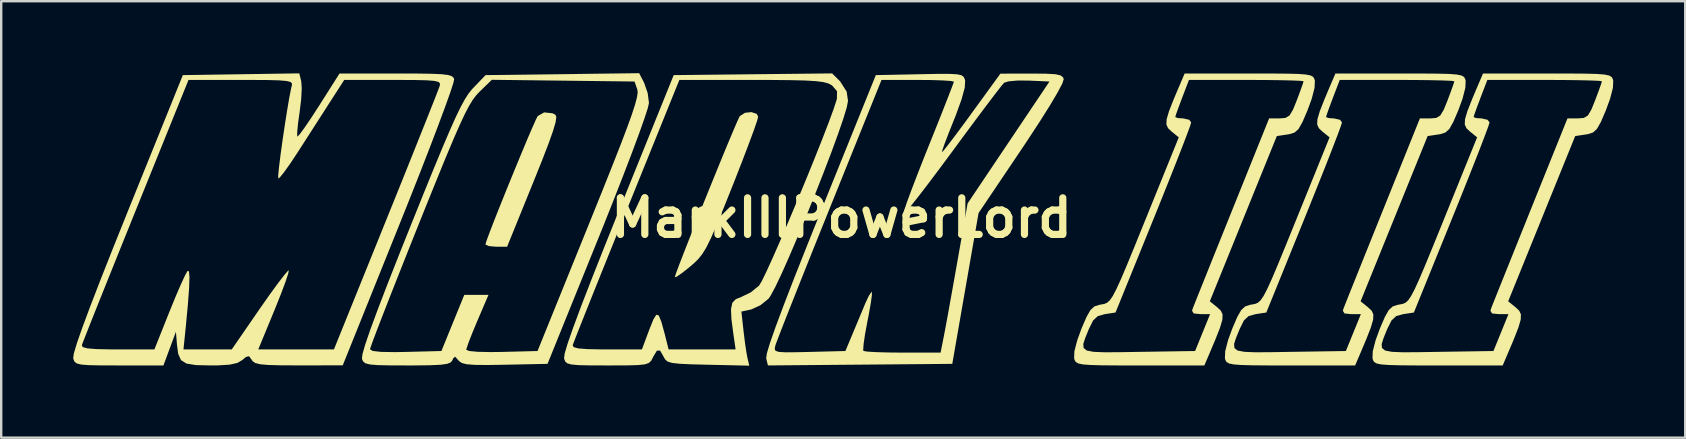
<source format=kicad_pcb>
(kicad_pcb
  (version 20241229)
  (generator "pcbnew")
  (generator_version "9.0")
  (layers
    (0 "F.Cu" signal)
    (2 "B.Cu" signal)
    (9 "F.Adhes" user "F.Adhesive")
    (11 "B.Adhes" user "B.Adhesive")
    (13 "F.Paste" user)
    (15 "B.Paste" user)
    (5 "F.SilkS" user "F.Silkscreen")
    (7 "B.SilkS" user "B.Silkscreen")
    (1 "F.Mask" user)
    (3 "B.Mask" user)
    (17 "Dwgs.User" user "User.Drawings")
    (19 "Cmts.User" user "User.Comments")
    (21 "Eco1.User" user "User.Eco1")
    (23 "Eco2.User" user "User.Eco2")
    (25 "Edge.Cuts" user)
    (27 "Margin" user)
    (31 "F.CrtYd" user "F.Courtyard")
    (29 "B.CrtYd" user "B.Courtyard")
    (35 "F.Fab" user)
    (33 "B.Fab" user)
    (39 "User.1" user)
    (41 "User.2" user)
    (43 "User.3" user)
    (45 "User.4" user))
  (footprint "MarkIIIPowerLord"
    (layer "F.Cu")
    (at 32.02 6.029)
    (property "Reference" "MarkIIIPowerLord" (at 0 0 0) (layer "F.SilkS") (effects (font (size 1.524 1.524) (thickness 0.3))))
    (attr board_only exclude_from_pos_files exclude_from_bom)
    (fp_poly (pts (xy -12.051 -4.36) (xy -11.924 -4.297) (xy -11.887 -4.202) (xy -11.918 -3.986) (xy -12.024 -3.624) (xy -12.213 -3.092) (xy -12.495 -2.362) (xy -12.845 -1.492) (xy -13.939 1.203) (xy -14.389 1.203) (xy -14.692 1.177) (xy -14.839 1.113) (xy -14.841 1.103) (xy -14.793 0.944) (xy -14.66 0.584) (xy -14.46 0.068) (xy -14.211 -0.559) (xy -13.932 -1.252) (xy -13.641 -1.964) (xy -13.357 -2.652) (xy -13.099 -3.27) (xy -12.883 -3.772) (xy -12.73 -4.113) (xy -12.662 -4.244) (xy -12.397 -4.395)) (stroke (width 0) (type solid)) (fill yes) (layer "F.SilkS"))
    (fp_poly (pts (xy -3.537 -4.333) (xy -3.476 -4.215) (xy -3.524 -4.037) (xy -3.657 -3.651) (xy -3.863 -3.094) (xy -4.126 -2.405) (xy -4.431 -1.622) (xy -4.574 -1.262) (xy -4.936 -0.359) (xy -5.22 0.332) (xy -5.446 0.848) (xy -5.633 1.225) (xy -5.801 1.501) (xy -5.97 1.713) (xy -6.158 1.897) (xy -6.312 2.03) (xy -6.642 2.292) (xy -6.872 2.451) (xy -6.952 2.473) (xy -6.903 2.318) (xy -6.769 1.955) (xy -6.564 1.426) (xy -6.306 0.771) (xy -6.011 0.028) (xy -5.694 -0.76) (xy -5.372 -1.555) (xy -5.061 -2.317) (xy -4.778 -3.004) (xy -4.538 -3.577) (xy -4.358 -3.996) (xy -4.253 -4.221) (xy -4.239 -4.244) (xy -4.027 -4.379) (xy -3.755 -4.407)) (stroke (width 0) (type solid)) (fill yes) (layer "F.SilkS"))
    (fp_poly (pts (xy -8.228 -5.628) (xy -8.08 -5.198) (xy -8.027 -4.786) (xy -8.078 -4.566) (xy -8.222 -4.125) (xy -8.447 -3.491) (xy -8.745 -2.69) (xy -9.106 -1.749) (xy -9.518 -0.695) (xy -9.973 0.446) (xy -10.144 0.869) (xy -12.254 6.083) (xy -14.03 6.12) (xy -14.766 6.131) (xy -15.28 6.126) (xy -15.617 6.1) (xy -15.822 6.049) (xy -15.941 5.968) (xy -15.97 5.934) (xy -16.105 5.783) (xy -16.186 5.855) (xy -16.217 5.93) (xy -16.285 6.02) (xy -16.436 6.082) (xy -16.712 6.121) (xy -17.155 6.141) (xy -17.809 6.149) (xy -18.101 6.149) (xy -18.827 6.147) (xy -19.33 6.136) (xy -19.653 6.109) (xy -19.842 6.06) (xy -19.939 5.983) (xy -19.988 5.874) (xy -19.969 5.688) (xy -19.908 5.475) (xy -19.652 5.475) (xy -19.541 5.545) (xy -19.198 5.584) (xy -18.611 5.594) (xy -18.164 5.586) (xy -16.676 5.548) (xy -16.2 4.378) (xy -15.723 3.208) (xy -14.715 3.208) (xy -15.178 4.29) (xy -15.386 4.789) (xy -15.546 5.198) (xy -15.632 5.453) (xy -15.641 5.497) (xy -15.515 5.548) (xy -15.164 5.581) (xy -14.63 5.592) (xy -14.156 5.586) (xy -12.671 5.548) (xy -10.533 0.267) (xy -9.999 -1.057) (xy -9.56 -2.156) (xy -9.208 -3.052) (xy -8.937 -3.765) (xy -8.738 -4.317) (xy -8.604 -4.73) (xy -8.527 -5.025) (xy -8.498 -5.223) (xy -8.511 -5.346) (xy -8.512 -5.347) (xy -8.629 -5.682) (xy -11.603 -5.718) (xy -14.576 -5.754) (xy -15.094 -5.25) (xy -15.235 -5.099) (xy -15.376 -4.909) (xy -15.53 -4.655) (xy -15.708 -4.313) (xy -15.92 -3.859) (xy -16.179 -3.267) (xy -16.496 -2.513) (xy -16.881 -1.572) (xy -17.347 -0.42) (xy -17.632 0.29) (xy -18.07 1.387) (xy -18.476 2.409) (xy -18.839 3.329) (xy -19.147 4.119) (xy -19.392 4.754) (xy -19.561 5.204) (xy -19.644 5.444) (xy -19.652 5.475) (xy -19.908 5.475) (xy -19.856 5.292) (xy -19.648 4.682) (xy -19.341 3.849) (xy -18.934 2.789) (xy -18.425 1.494) (xy -17.971 0.36) (xy -17.443 -0.953) (xy -17 -2.04) (xy -16.633 -2.925) (xy -16.331 -3.634) (xy -16.083 -4.189) (xy -15.877 -4.614) (xy -15.704 -4.933) (xy -15.552 -5.171) (xy -15.41 -5.35) (xy -15.351 -5.414) (xy -14.836 -5.949) (xy -11.636 -5.989) (xy -8.436 -6.029)) (stroke (width 0) (type solid)) (fill yes) (layer "F.SilkS"))
    (fp_poly (pts (xy -0.063 -5.69) (xy 0.211 -5.261) (xy 0.267 -4.875) (xy 0.216 -4.607) (xy 0.072 -4.134) (xy -0.148 -3.495) (xy -0.428 -2.729) (xy -0.754 -1.875) (xy -1.109 -0.973) (xy -1.477 -0.063) (xy -1.843 0.818) (xy -2.19 1.63) (xy -2.503 2.332) (xy -2.767 2.887) (xy -2.965 3.254) (xy -3.046 3.369) (xy -3.387 3.643) (xy -3.758 3.813) (xy -3.778 3.818) (xy -4.176 3.905) (xy -4.085 4.726) (xy -4.024 5.22) (xy -3.96 5.644) (xy -3.92 5.853) (xy -3.846 6.158) (xy -5.566 6.12) (xy -6.273 6.102) (xy -6.759 6.079) (xy -7.071 6.043) (xy -7.255 5.984) (xy -7.357 5.895) (xy -7.418 5.782) (xy -7.564 5.53) (xy -7.696 5.532) (xy -7.852 5.791) (xy -7.863 5.815) (xy -7.933 5.952) (xy -8.029 6.045) (xy -8.197 6.103) (xy -8.483 6.134) (xy -8.934 6.147) (xy -9.597 6.149) (xy -9.754 6.149) (xy -10.463 6.148) (xy -10.95 6.137) (xy -11.259 6.11) (xy -11.434 6.06) (xy -11.521 5.979) (xy -11.564 5.859) (xy -11.566 5.849) (xy -11.539 5.649) (xy -11.438 5.308) (xy -11.206 5.308) (xy -11.164 5.387) (xy -10.969 5.44) (xy -10.586 5.469) (xy -9.98 5.481) (xy -9.785 5.481) (xy -8.321 5.481) (xy -8.013 4.656) (xy -7.845 4.235) (xy -7.722 4.035) (xy -7.617 4.067) (xy -7.507 4.339) (xy -7.365 4.861) (xy -7.352 4.913) (xy -7.209 5.481) (xy -4.417 5.481) (xy -4.509 4.846) (xy -4.591 4.217) (xy -4.609 3.798) (xy -4.553 3.539) (xy -4.412 3.389) (xy -4.187 3.298) (xy -3.791 3.108) (xy -3.44 2.824) (xy -3.324 2.63) (xy -3.127 2.225) (xy -2.864 1.648) (xy -2.552 0.939) (xy -2.207 0.135) (xy -1.845 -0.725) (xy -1.482 -1.601) (xy -1.134 -2.457) (xy -0.818 -3.251) (xy -0.549 -3.947) (xy -0.343 -4.506) (xy -0.217 -4.888) (xy -0.196 -4.965) (xy -0.19 -5.278) (xy -0.393 -5.514) (xy -0.42 -5.533) (xy -0.557 -5.604) (xy -0.76 -5.658) (xy -1.065 -5.697) (xy -1.505 -5.724) (xy -2.116 -5.739) (xy -2.932 -5.747) (xy -3.744 -5.748) (xy -6.761 -5.748) (xy -8.962 -0.306) (xy -9.423 0.836) (xy -9.853 1.904) (xy -10.243 2.873) (xy -10.58 3.716) (xy -10.855 4.407) (xy -11.058 4.92) (xy -11.177 5.228) (xy -11.206 5.308) (xy -11.438 5.308) (xy -11.413 5.226) (xy -11.186 4.575) (xy -10.858 3.692) (xy -10.426 2.575) (xy -9.89 1.22) (xy -9.319 -0.201) (xy -6.997 -5.949) (xy -3.696 -5.985) (xy -0.394 -6.02)) (stroke (width 0) (type solid)) (fill yes) (layer "F.SilkS"))
    (fp_poly (pts (xy 30.311 -6.015) (xy 30.988 -6.01) (xy 31.468 -5.998) (xy 31.787 -5.973) (xy 31.98 -5.933) (xy 32.084 -5.874) (xy 32.133 -5.791) (xy 32.154 -5.715) (xy 32.142 -5.423) (xy 32.023 -4.963) (xy 31.846 -4.478) (xy 31.639 -3.996) (xy 31.476 -3.708) (xy 31.312 -3.558) (xy 31.098 -3.489) (xy 31.016 -3.476) (xy 30.569 -3.409) (xy 27.777 3.476) (xy 28.09 3.73) (xy 28.235 3.867) (xy 28.307 4.021) (xy 28.299 4.24) (xy 28.203 4.57) (xy 28.011 5.06) (xy 27.791 5.581) (xy 27.548 6.149) (xy 24.873 6.149) (xy 23.964 6.149) (xy 23.288 6.144) (xy 22.808 6.131) (xy 22.489 6.107) (xy 22.295 6.067) (xy 22.192 6.007) (xy 22.143 5.924) (xy 22.122 5.849) (xy 22.134 5.556) (xy 22.212 5.255) (xy 22.505 5.255) (xy 22.517 5.423) (xy 22.649 5.528) (xy 22.931 5.582) (xy 23.394 5.601) (xy 24.069 5.596) (xy 24.811 5.584) (xy 27.163 5.548) (xy 27.788 4.011) (xy 27.382 4.011) (xy 27.105 3.983) (xy 27.038 3.873) (xy 27.064 3.777) (xy 27.134 3.598) (xy 27.292 3.203) (xy 27.523 2.626) (xy 27.816 1.897) (xy 28.156 1.049) (xy 28.532 0.115) (xy 28.699 -0.301) (xy 30.247 -4.144) (xy 30.679 -4.144) (xy 30.929 -4.165) (xy 31.097 -4.266) (xy 31.241 -4.507) (xy 31.397 -4.891) (xy 31.549 -5.297) (xy 31.653 -5.59) (xy 31.683 -5.693) (xy 31.557 -5.711) (xy 31.205 -5.726) (xy 30.671 -5.738) (xy 29.996 -5.746) (xy 29.295 -5.748) (xy 26.908 -5.748) (xy 26.622 -5.001) (xy 26.47 -4.596) (xy 26.366 -4.303) (xy 26.336 -4.199) (xy 26.451 -4.158) (xy 26.67 -4.144) (xy 26.919 -4.087) (xy 27 -3.977) (xy 26.95 -3.816) (xy 26.811 -3.439) (xy 26.596 -2.877) (xy 26.315 -2.161) (xy 25.982 -1.324) (xy 25.609 -0.395) (xy 25.421 0.067) (xy 23.847 3.944) (xy 23.404 4.011) (xy 23.111 4.092) (xy 22.914 4.275) (xy 22.735 4.635) (xy 22.717 4.679) (xy 22.582 5.012) (xy 22.505 5.255) (xy 22.212 5.255) (xy 22.253 5.097) (xy 22.43 4.612) (xy 22.638 4.129) (xy 22.801 3.841) (xy 22.967 3.69) (xy 23.181 3.621) (xy 23.251 3.609) (xy 23.381 3.585) (xy 23.495 3.537) (xy 23.607 3.437) (xy 23.73 3.258) (xy 23.881 2.973) (xy 24.072 2.553) (xy 24.319 1.971) (xy 24.636 1.2) (xy 25.038 0.211) (xy 25.085 0.094) (xy 26.482 -3.356) (xy 26.177 -3.603) (xy 26.036 -3.738) (xy 25.967 -3.892) (xy 25.978 -4.113) (xy 26.077 -4.448) (xy 26.272 -4.944) (xy 26.485 -5.448) (xy 26.727 -6.016) (xy 29.403 -6.016)) (stroke (width 0) (type solid)) (fill yes) (layer "F.SilkS"))
    (fp_poly (pts (xy 17.879 -6.015) (xy 18.555 -6.01) (xy 19.035 -5.998) (xy 19.354 -5.973) (xy 19.548 -5.933) (xy 19.651 -5.874) (xy 19.7 -5.791) (xy 19.722 -5.715) (xy 19.709 -5.423) (xy 19.591 -4.963) (xy 19.413 -4.478) (xy 19.206 -3.996) (xy 19.044 -3.708) (xy 18.879 -3.558) (xy 18.665 -3.489) (xy 18.583 -3.476) (xy 18.136 -3.409) (xy 15.344 3.476) (xy 15.658 3.73) (xy 15.803 3.867) (xy 15.875 4.021) (xy 15.867 4.24) (xy 15.771 4.57) (xy 15.579 5.06) (xy 15.359 5.581) (xy 15.116 6.149) (xy 12.44 6.149) (xy 11.532 6.149) (xy 10.855 6.144) (xy 10.375 6.131) (xy 10.056 6.107) (xy 9.863 6.067) (xy 9.759 6.007) (xy 9.71 5.924) (xy 9.689 5.849) (xy 9.701 5.556) (xy 9.779 5.255) (xy 10.072 5.255) (xy 10.085 5.423) (xy 10.216 5.528) (xy 10.499 5.582) (xy 10.962 5.601) (xy 11.636 5.596) (xy 12.378 5.584) (xy 14.73 5.548) (xy 15.043 4.779) (xy 15.355 4.011) (xy 14.949 4.011) (xy 14.673 3.983) (xy 14.605 3.873) (xy 14.631 3.777) (xy 14.702 3.598) (xy 14.859 3.203) (xy 15.091 2.626) (xy 15.383 1.897) (xy 15.724 1.049) (xy 16.1 0.115) (xy 16.267 -0.301) (xy 17.814 -4.144) (xy 18.246 -4.144) (xy 18.496 -4.165) (xy 18.664 -4.266) (xy 18.809 -4.507) (xy 18.965 -4.891) (xy 19.117 -5.297) (xy 19.22 -5.59) (xy 19.251 -5.693) (xy 19.124 -5.711) (xy 18.772 -5.726) (xy 18.238 -5.738) (xy 17.563 -5.746) (xy 16.863 -5.748) (xy 14.475 -5.748) (xy 14.189 -5.001) (xy 14.037 -4.596) (xy 13.933 -4.303) (xy 13.903 -4.199) (xy 14.018 -4.158) (xy 14.237 -4.144) (xy 14.487 -4.087) (xy 14.567 -3.977) (xy 14.518 -3.816) (xy 14.379 -3.439) (xy 14.163 -2.877) (xy 13.882 -2.161) (xy 13.549 -1.324) (xy 13.176 -0.395) (xy 12.989 0.067) (xy 11.414 3.944) (xy 10.971 4.011) (xy 10.678 4.092) (xy 10.481 4.275) (xy 10.302 4.635) (xy 10.284 4.679) (xy 10.149 5.012) (xy 10.072 5.255) (xy 9.779 5.255) (xy 9.82 5.097) (xy 9.997 4.612) (xy 10.205 4.129) (xy 10.369 3.841) (xy 10.534 3.69) (xy 10.748 3.621) (xy 10.818 3.609) (xy 10.949 3.585) (xy 11.062 3.537) (xy 11.174 3.437) (xy 11.298 3.258) (xy 11.448 2.973) (xy 11.64 2.553) (xy 11.887 1.971) (xy 12.204 1.2) (xy 12.605 0.211) (xy 12.653 0.094) (xy 14.05 -3.356) (xy 13.744 -3.603) (xy 13.603 -3.738) (xy 13.534 -3.892) (xy 13.545 -4.113) (xy 13.644 -4.448) (xy 13.839 -4.944) (xy 14.052 -5.448) (xy 14.295 -6.016) (xy 16.971 -6.016)) (stroke (width 0) (type solid)) (fill yes) (layer "F.SilkS"))
    (fp_poly (pts (xy 24.162 -6.015) (xy 24.838 -6.01) (xy 25.318 -5.998) (xy 25.637 -5.973) (xy 25.831 -5.933) (xy 25.934 -5.874) (xy 25.983 -5.791) (xy 26.005 -5.715) (xy 25.992 -5.423) (xy 25.874 -4.963) (xy 25.697 -4.478) (xy 25.489 -3.996) (xy 25.327 -3.708) (xy 25.162 -3.558) (xy 24.948 -3.489) (xy 24.866 -3.476) (xy 24.42 -3.409) (xy 21.627 3.476) (xy 21.941 3.73) (xy 22.086 3.867) (xy 22.158 4.021) (xy 22.15 4.24) (xy 22.054 4.57) (xy 21.862 5.06) (xy 21.642 5.581) (xy 21.399 6.149) (xy 18.723 6.149) (xy 17.815 6.149) (xy 17.138 6.144) (xy 16.659 6.131) (xy 16.34 6.107) (xy 16.146 6.067) (xy 16.042 6.007) (xy 15.993 5.924) (xy 15.972 5.849) (xy 15.985 5.556) (xy 16.062 5.255) (xy 16.355 5.255) (xy 16.368 5.423) (xy 16.5 5.528) (xy 16.782 5.582) (xy 17.245 5.601) (xy 17.919 5.596) (xy 18.661 5.584) (xy 21.013 5.548) (xy 21.326 4.779) (xy 21.638 4.011) (xy 21.232 4.011) (xy 20.956 3.983) (xy 20.888 3.873) (xy 20.914 3.777) (xy 20.985 3.598) (xy 21.142 3.203) (xy 21.374 2.626) (xy 21.666 1.897) (xy 22.007 1.049) (xy 22.383 0.115) (xy 22.55 -0.301) (xy 24.097 -4.144) (xy 24.53 -4.144) (xy 24.779 -4.165) (xy 24.947 -4.266) (xy 25.092 -4.507) (xy 25.248 -4.891) (xy 25.4 -5.297) (xy 25.503 -5.59) (xy 25.534 -5.693) (xy 25.407 -5.711) (xy 25.055 -5.726) (xy 24.521 -5.738) (xy 23.846 -5.746) (xy 23.146 -5.748) (xy 20.758 -5.748) (xy 20.472 -5.001) (xy 20.32 -4.596) (xy 20.217 -4.303) (xy 20.186 -4.199) (xy 20.301 -4.158) (xy 20.521 -4.144) (xy 20.77 -4.087) (xy 20.851 -3.977) (xy 20.801 -3.816) (xy 20.662 -3.439) (xy 20.446 -2.877) (xy 20.166 -2.161) (xy 19.832 -1.324) (xy 19.459 -0.395) (xy 19.272 0.067) (xy 17.698 3.944) (xy 17.254 4.011) (xy 16.961 4.092) (xy 16.764 4.275) (xy 16.586 4.635) (xy 16.568 4.679) (xy 16.432 5.012) (xy 16.355 5.255) (xy 16.062 5.255) (xy 16.103 5.097) (xy 16.28 4.612) (xy 16.488 4.129) (xy 16.652 3.841) (xy 16.817 3.69) (xy 17.031 3.621) (xy 17.101 3.609) (xy 17.232 3.585) (xy 17.346 3.537) (xy 17.457 3.437) (xy 17.581 3.258) (xy 17.731 2.973) (xy 17.923 2.553) (xy 18.17 1.971) (xy 18.487 1.2) (xy 18.888 0.211) (xy 18.936 0.094) (xy 20.333 -3.356) (xy 20.027 -3.603) (xy 19.886 -3.738) (xy 19.817 -3.892) (xy 19.828 -4.113) (xy 19.927 -4.448) (xy 20.122 -4.944) (xy 20.335 -5.448) (xy 20.578 -6.016) (xy 23.254 -6.016)) (stroke (width 0) (type solid)) (fill yes) (layer "F.SilkS"))
    (fp_poly (pts (xy 8.517 -6.008) (xy 8.905 -5.986) (xy 9.126 -5.938) (xy 9.229 -5.854) (xy 9.256 -5.782) (xy 9.198 -5.6) (xy 9.001 -5.226) (xy 8.68 -4.684) (xy 8.25 -4.002) (xy 7.727 -3.203) (xy 7.507 -2.874) (xy 5.707 -0.201) (xy 4.612 6.083) (xy 0.771 6.116) (xy -3.07 6.149) (xy -3.143 5.848) (xy -3.114 5.644) (xy -3.057 5.455) (xy -2.788 5.455) (xy -2.755 5.538) (xy -2.619 5.585) (xy -2.337 5.602) (xy -1.865 5.598) (xy -1.341 5.586) (xy 0.158 5.548) (xy 0.466 4.813) (xy 0.68 4.3) (xy 0.891 3.795) (xy 0.99 3.556) (xy 1.134 3.249) (xy 1.239 3.092) (xy 1.261 3.088) (xy 1.26 3.234) (xy 1.212 3.579) (xy 1.126 4.061) (xy 1.077 4.308) (xy 0.979 4.834) (xy 0.917 5.253) (xy 0.9 5.504) (xy 0.91 5.544) (xy 1.063 5.572) (xy 1.429 5.594) (xy 1.952 5.609) (xy 2.553 5.615) (xy 4.125 5.615) (xy 4.264 4.913) (xy 4.333 4.55) (xy 4.438 3.982) (xy 4.566 3.269) (xy 4.709 2.47) (xy 4.827 1.805) (xy 5.25 -0.602) (xy 6.956 -3.142) (xy 8.662 -5.682) (xy 7.795 -5.721) (xy 7.323 -5.723) (xy 6.95 -5.688) (xy 6.772 -5.631) (xy 6.654 -5.491) (xy 6.4 -5.165) (xy 6.036 -4.685) (xy 5.583 -4.081) (xy 5.065 -3.383) (xy 4.612 -2.767) (xy 4.067 -2.031) (xy 3.575 -1.378) (xy 3.158 -0.836) (xy 2.836 -0.433) (xy 2.631 -0.195) (xy 2.565 -0.143) (xy 2.6 -0.294) (xy 2.723 -0.655) (xy 2.92 -1.188) (xy 3.176 -1.855) (xy 3.477 -2.62) (xy 3.601 -2.928) (xy 3.918 -3.718) (xy 4.198 -4.422) (xy 4.426 -5.003) (xy 4.589 -5.425) (xy 4.672 -5.65) (xy 4.679 -5.676) (xy 4.554 -5.705) (xy 4.215 -5.728) (xy 3.716 -5.744) (xy 3.171 -5.748) (xy 1.663 -5.748) (xy -0.511 -0.36) (xy -0.971 0.782) (xy -1.401 1.855) (xy -1.791 2.833) (xy -2.13 3.687) (xy -2.408 4.391) (xy -2.612 4.918) (xy -2.734 5.241) (xy -2.763 5.326) (xy -2.788 5.455) (xy -3.057 5.455) (xy -2.983 5.207) (xy -2.748 4.537) (xy -2.409 3.629) (xy -1.966 2.483) (xy -1.416 1.097) (xy -0.895 -0.201) (xy 1.426 -5.949) (xy 3.25 -5.986) (xy 3.979 -6) (xy 4.484 -6.001) (xy 4.809 -5.984) (xy 4.997 -5.942) (xy 5.092 -5.87) (xy 5.138 -5.761) (xy 5.149 -5.719) (xy 5.132 -5.429) (xy 4.998 -4.936) (xy 4.758 -4.273) (xy 4.684 -4.089) (xy 4.467 -3.546) (xy 4.298 -3.104) (xy 4.197 -2.816) (xy 4.178 -2.731) (xy 4.263 -2.822) (xy 4.477 -3.094) (xy 4.792 -3.51) (xy 5.181 -4.035) (xy 5.414 -4.355) (xy 6.617 -6.01) (xy 7.911 -6.013)) (stroke (width 0) (type solid)) (fill yes) (layer "F.SilkS"))
    (fp_poly (pts (xy -22.517 -5.695) (xy -22.496 -5.402) (xy -22.52 -4.943) (xy -22.583 -4.418) (xy -22.585 -4.404) (xy -22.651 -3.928) (xy -22.686 -3.567) (xy -22.684 -3.391) (xy -22.68 -3.385) (xy -22.593 -3.47) (xy -22.393 -3.739) (xy -22.112 -4.152) (xy -21.778 -4.667) (xy -21.774 -4.673) (xy -20.922 -6.016) (xy -18.564 -6.016) (xy -17.713 -6.014) (xy -17.092 -6.005) (xy -16.664 -5.986) (xy -16.391 -5.953) (xy -16.237 -5.902) (xy -16.164 -5.831) (xy -16.145 -5.78) (xy -16.181 -5.611) (xy -16.309 -5.22) (xy -16.519 -4.633) (xy -16.801 -3.874) (xy -17.145 -2.97) (xy -17.543 -1.945) (xy -17.985 -0.826) (xy -18.436 0.301) (xy -20.788 6.145) (xy -22.619 6.147) (xy -23.365 6.144) (xy -23.886 6.13) (xy -24.227 6.1) (xy -24.433 6.048) (xy -24.545 5.969) (xy -24.58 5.918) (xy -24.693 5.764) (xy -24.823 5.797) (xy -24.965 5.918) (xy -25.173 6.043) (xy -25.495 6.116) (xy -25.992 6.147) (xy -26.297 6.149) (xy -26.906 6.135) (xy -27.3 6.071) (xy -27.529 5.926) (xy -27.644 5.668) (xy -27.696 5.279) (xy -27.739 4.746) (xy -28.26 6.149) (xy -30.103 6.149) (xy -30.837 6.148) (xy -31.346 6.138) (xy -31.675 6.114) (xy -31.867 6.068) (xy -31.964 5.995) (xy -32.01 5.886) (xy -32.02 5.849) (xy -31.993 5.649) (xy -31.891 5.308) (xy -31.66 5.308) (xy -31.619 5.386) (xy -31.427 5.438) (xy -31.049 5.468) (xy -30.452 5.48) (xy -30.17 5.481) (xy -28.636 5.481) (xy -28.01 3.91) (xy -27.761 3.302) (xy -27.537 2.781) (xy -27.361 2.4) (xy -27.256 2.211) (xy -27.251 2.206) (xy -27.195 2.232) (xy -27.175 2.469) (xy -27.19 2.929) (xy -27.242 3.624) (xy -27.331 4.569) (xy -27.353 4.779) (xy -27.425 5.481) (xy -25.413 5.481) (xy -24.256 3.802) (xy -23.853 3.227) (xy -23.502 2.745) (xy -23.232 2.392) (xy -23.07 2.205) (xy -23.036 2.186) (xy -23.061 2.325) (xy -23.173 2.663) (xy -23.355 3.151) (xy -23.591 3.742) (xy -23.641 3.865) (xy -24.308 5.481) (xy -21.155 5.481) (xy -18.981 0.1) (xy -18.521 -1.038) (xy -18.092 -2.105) (xy -17.704 -3.074) (xy -17.367 -3.918) (xy -17.092 -4.611) (xy -16.889 -5.126) (xy -16.77 -5.436) (xy -16.743 -5.514) (xy -16.737 -5.604) (xy -16.804 -5.668) (xy -16.979 -5.709) (xy -17.302 -5.734) (xy -17.809 -5.745) (xy -18.538 -5.748) (xy -18.703 -5.748) (xy -20.726 -5.748) (xy -21.307 -4.846) (xy -21.646 -4.318) (xy -22.06 -3.674) (xy -22.48 -3.02) (xy -22.648 -2.759) (xy -22.965 -2.279) (xy -23.231 -1.906) (xy -23.412 -1.683) (xy -23.475 -1.64) (xy -23.476 -1.784) (xy -23.441 -2.135) (xy -23.379 -2.635) (xy -23.297 -3.227) (xy -23.204 -3.854) (xy -23.109 -4.458) (xy -23.02 -4.983) (xy -22.944 -5.372) (xy -22.91 -5.514) (xy -22.903 -5.601) (xy -22.965 -5.664) (xy -23.132 -5.705) (xy -23.441 -5.731) (xy -23.928 -5.744) (xy -24.629 -5.748) (xy -25.028 -5.748) (xy -27.215 -5.748) (xy -29.416 -0.306) (xy -29.877 0.836) (xy -30.307 1.904) (xy -30.696 2.873) (xy -31.034 3.716) (xy -31.309 4.407) (xy -31.511 4.92) (xy -31.631 5.228) (xy -31.66 5.308) (xy -31.891 5.308) (xy -31.867 5.226) (xy -31.64 4.575) (xy -31.311 3.692) (xy -30.88 2.575) (xy -30.344 1.22) (xy -29.773 -0.201) (xy -27.451 -5.949) (xy -22.599 -6.022)) (stroke (width 0) (type solid)) (fill yes) (layer "F.SilkS")))
  (gr_rect
    (start -3 -3)
    (end 67.174 15.187)
    (stroke (width 0.1) (type default))
    (fill no)
    (layer "Edge.Cuts")))
</source>
